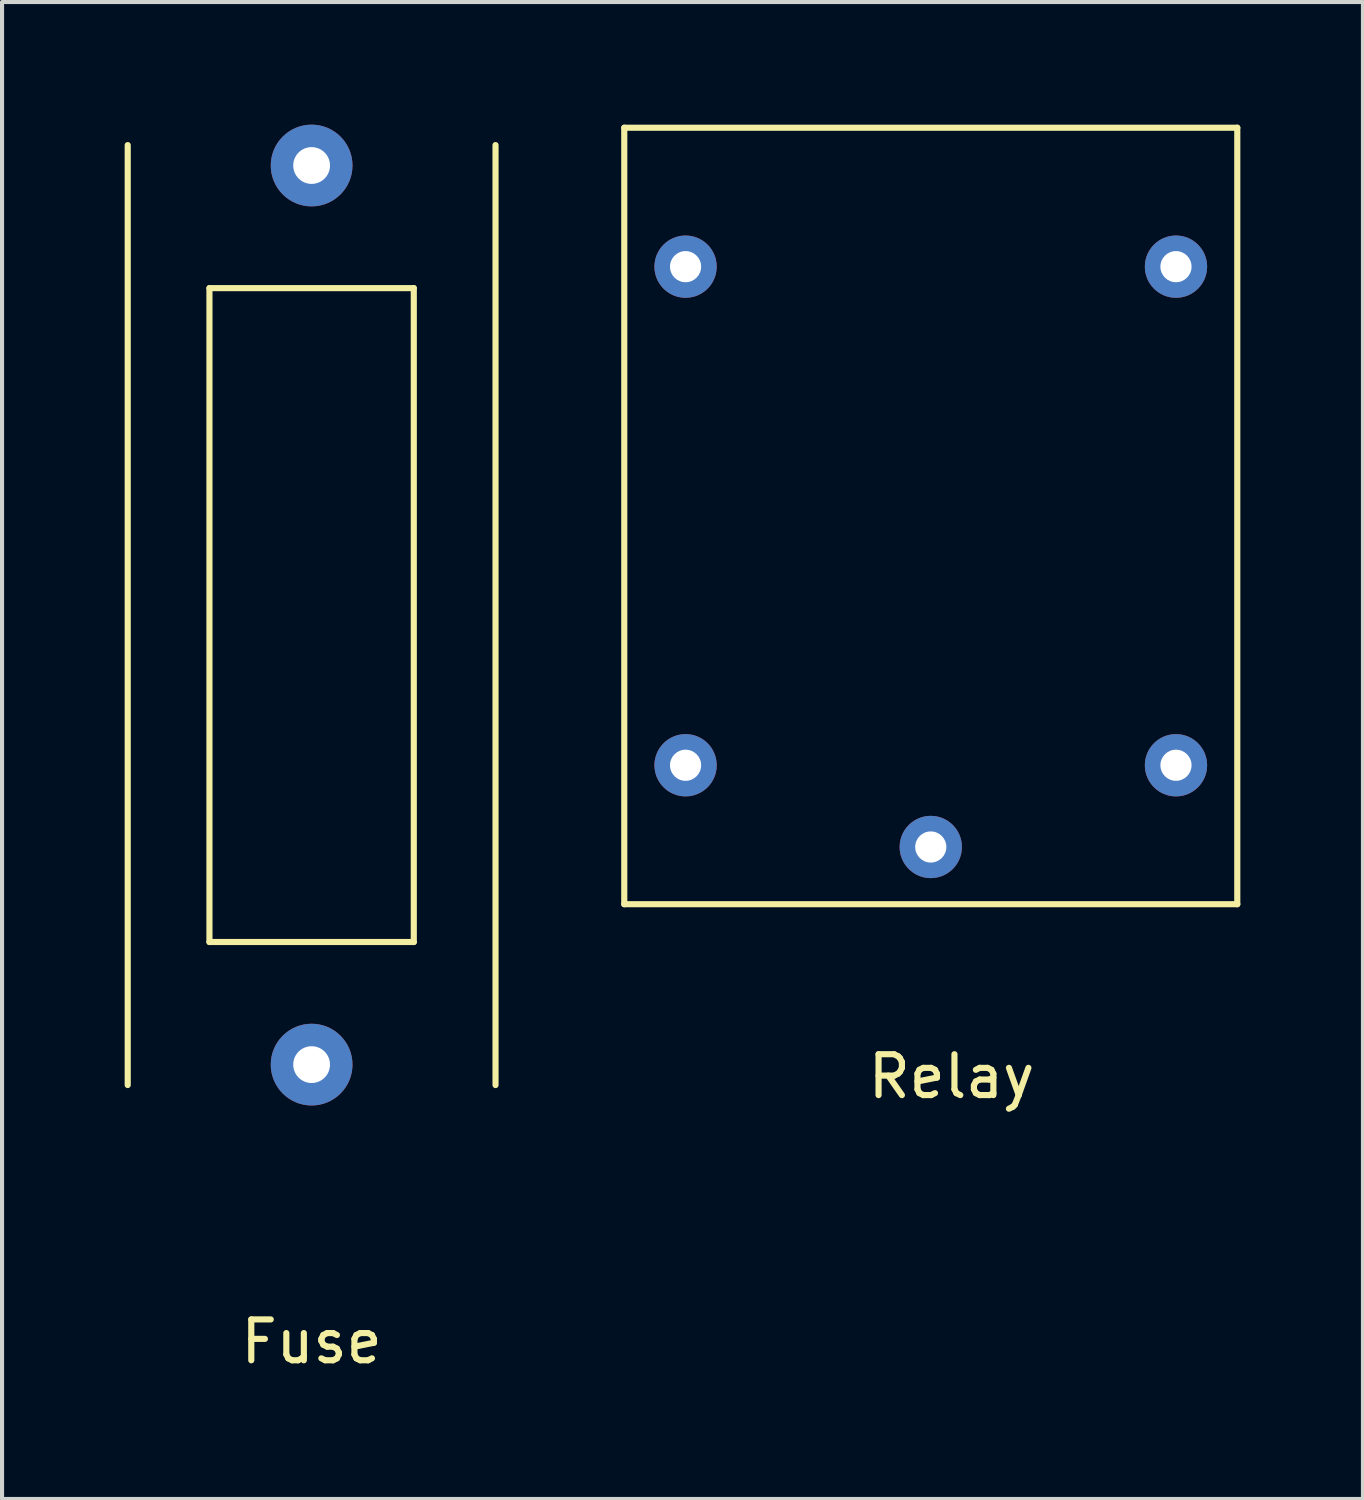
<source format=kicad_pcb>
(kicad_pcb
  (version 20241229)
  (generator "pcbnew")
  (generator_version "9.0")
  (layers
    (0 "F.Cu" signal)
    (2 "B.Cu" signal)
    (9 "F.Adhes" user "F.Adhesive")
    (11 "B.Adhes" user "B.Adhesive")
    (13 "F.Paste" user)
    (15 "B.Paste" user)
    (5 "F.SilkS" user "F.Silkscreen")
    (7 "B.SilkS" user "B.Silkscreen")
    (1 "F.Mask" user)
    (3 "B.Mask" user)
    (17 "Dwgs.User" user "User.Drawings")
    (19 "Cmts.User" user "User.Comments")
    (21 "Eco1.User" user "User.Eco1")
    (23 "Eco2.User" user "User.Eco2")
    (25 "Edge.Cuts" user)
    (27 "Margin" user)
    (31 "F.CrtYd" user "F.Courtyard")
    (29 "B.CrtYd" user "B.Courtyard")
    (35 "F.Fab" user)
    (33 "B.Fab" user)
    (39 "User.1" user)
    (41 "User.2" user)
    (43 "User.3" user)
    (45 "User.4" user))
  (footprint "Relay"
    (layer "F.Cu")
    (at 19.725 9.575)
    (property "Reference" "Relay" (at 0.508 13.716 0) (layer "F.SilkS") (effects (font (size 1 1) (thickness 0.15))))
    (attr through_hole)
    (fp_line (start -7.5 -9.5) (end -7.5 9.5) (stroke (width 0.15) (type solid)) (layer "F.SilkS"))
    (fp_line (start -7.5 -9.5) (end 7.5 -9.5) (stroke (width 0.15) (type solid)) (layer "F.SilkS"))
    (fp_line (start 7.5 -9.5) (end 7.5 9.5) (stroke (width 0.15) (type solid)) (layer "F.SilkS"))
    (fp_line (start 7.5 9.5) (end -7.5 9.5) (stroke (width 0.15) (type solid)) (layer "F.SilkS"))
    (pad "1" thru_hole circle (at -6 6.1) (size 1.524 1.524) (drill 0.762) (layers "*.Cu" "*.Mask"))
    (pad "2" thru_hole circle (at 0 8.1) (size 1.524 1.524) (drill 0.762) (layers "*.Cu" "*.Mask"))
    (pad "3" thru_hole circle (at 6 -6.1) (size 1.524 1.524) (drill 0.762) (layers "*.Cu" "*.Mask"))
    (pad "4" thru_hole circle (at -6 -6.1) (size 1.524 1.524) (drill 0.762) (layers "*.Cu" "*.Mask"))
    (pad "5" thru_hole circle (at 6 6.1) (size 1.524 1.524) (drill 0.762) (layers "*.Cu" "*.Mask")))
  (footprint "Fuse"
    (layer "F.Cu")
    (at 4.575 12)
    (property "Reference" "Fuse" (at 0 17.78 0) (layer "F.SilkS") (effects (font (size 1 1) (thickness 0.15))))
    (attr through_hole)
    (fp_line (start -4.5 11.5) (end -4.5 -11.5) (stroke (width 0.15) (type solid)) (layer "F.SilkS"))
    (fp_line (start -2.5 -8) (end 2.5 -8) (stroke (width 0.15) (type solid)) (layer "F.SilkS"))
    (fp_line (start -2.5 8) (end -2.5 -8) (stroke (width 0.15) (type solid)) (layer "F.SilkS"))
    (fp_line (start 2.5 -8) (end 2.5 8) (stroke (width 0.15) (type solid)) (layer "F.SilkS"))
    (fp_line (start 2.5 8) (end -2.5 8) (stroke (width 0.15) (type solid)) (layer "F.SilkS"))
    (fp_line (start 4.5 11.5) (end 4.5 -11.5) (stroke (width 0.15) (type solid)) (layer "F.SilkS"))
    (pad "1" thru_hole circle (at 0 11) (size 2 2) (drill 0.9) (layers "*.Cu" "*.Mask"))
    (pad "2" thru_hole circle (at 0 -11) (size 2 2) (drill 0.9) (layers "*.Cu" "*.Mask")))
  (gr_rect
    (start -3 -3)
    (end 30.3 33.628)
    (stroke (width 0.1) (type default))
    (fill no)
    (layer "Edge.Cuts")))
</source>
